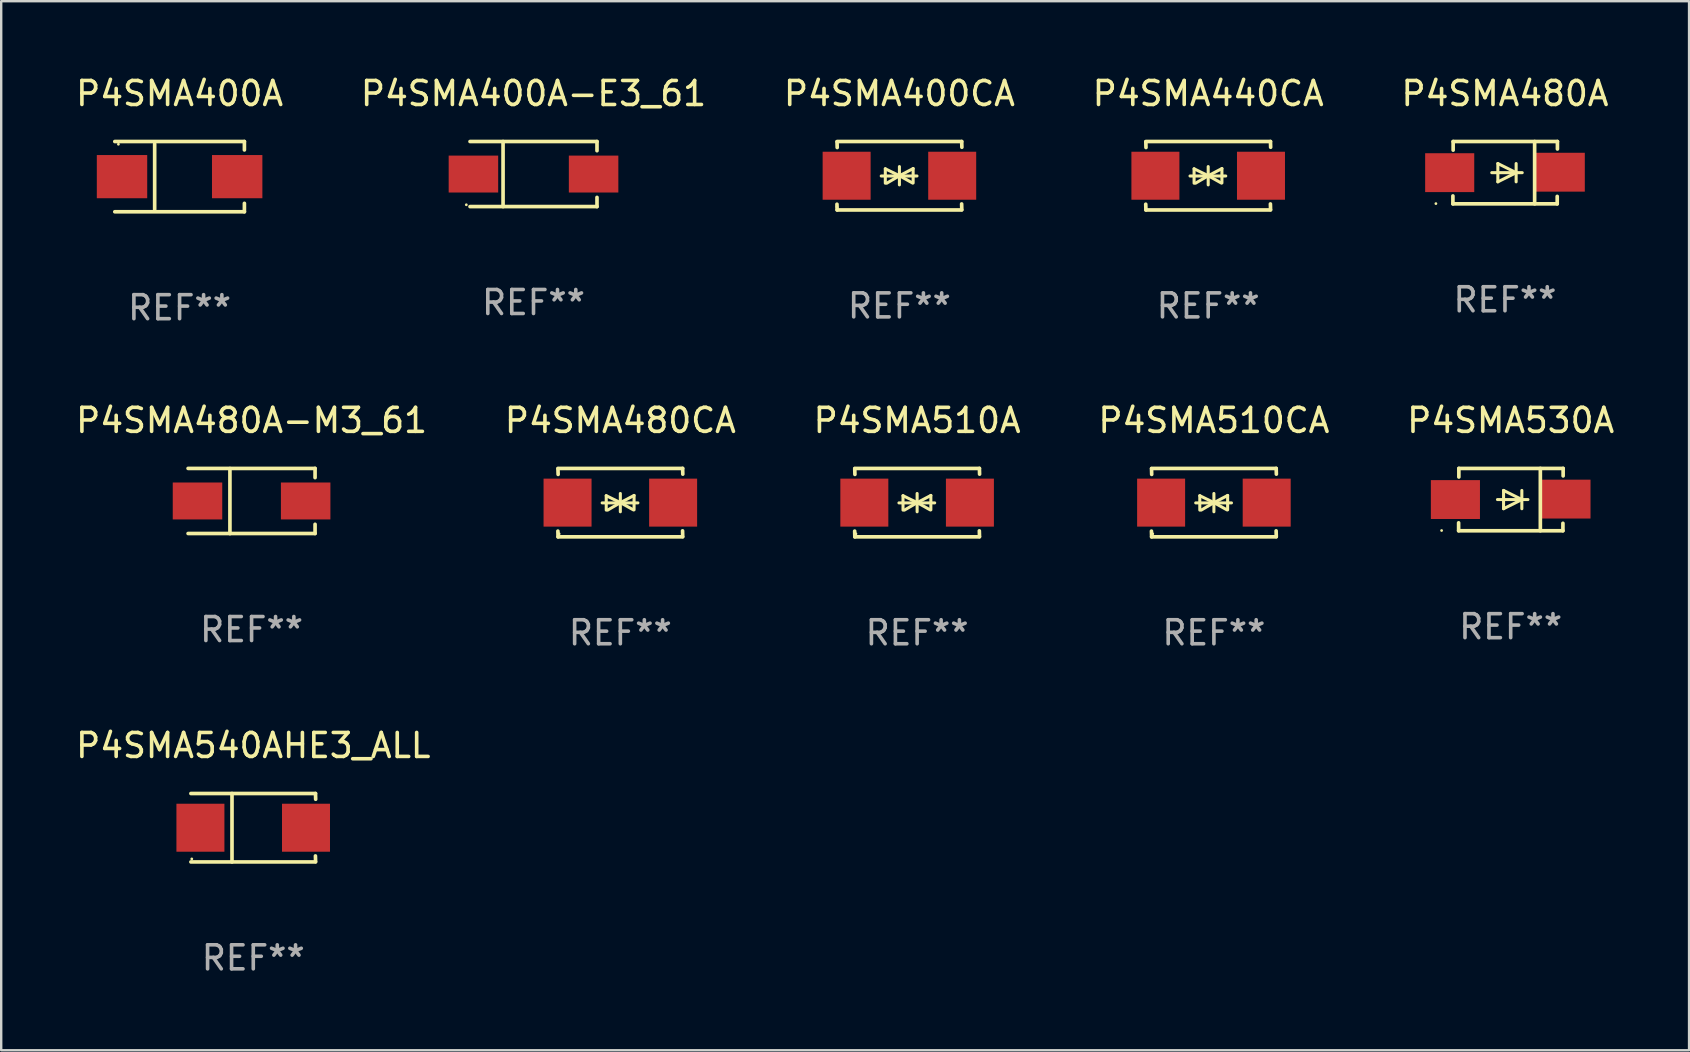
<source format=kicad_pcb>
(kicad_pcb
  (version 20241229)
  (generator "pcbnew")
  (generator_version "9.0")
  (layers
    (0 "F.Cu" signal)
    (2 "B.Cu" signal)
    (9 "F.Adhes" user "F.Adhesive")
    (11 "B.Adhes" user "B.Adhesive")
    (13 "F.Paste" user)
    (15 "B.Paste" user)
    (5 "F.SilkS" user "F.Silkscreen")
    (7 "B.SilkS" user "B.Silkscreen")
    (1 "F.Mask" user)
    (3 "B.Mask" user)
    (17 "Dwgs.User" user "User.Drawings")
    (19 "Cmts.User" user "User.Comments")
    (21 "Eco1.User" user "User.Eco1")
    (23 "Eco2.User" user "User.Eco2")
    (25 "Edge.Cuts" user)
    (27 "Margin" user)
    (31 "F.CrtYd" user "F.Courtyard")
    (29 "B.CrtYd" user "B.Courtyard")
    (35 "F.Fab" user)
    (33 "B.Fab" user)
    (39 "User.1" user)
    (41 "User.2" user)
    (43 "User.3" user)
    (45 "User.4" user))
  (footprint "P4SMA400A"
    (layer "F.Cu")
    (at 4.435 4.312)
    (property "Reference" "P4SMA400A" (at 0 -3.464 0) (layer "F.SilkS") (effects (font (size 1 1) (thickness 0.15))))
    (attr through_hole)
    (fp_line (start -2.701 -1.464) (end 2.701 -1.464) (stroke (width 0.152) (type solid)) (layer "F.SilkS"))
    (fp_line (start -2.701 1.464) (end 2.701 1.464) (stroke (width 0.152) (type solid)) (layer "F.SilkS"))
    (fp_line (start -1.039 -1.364) (end -1.039 1.364) (stroke (width 0.152) (type solid)) (layer "F.SilkS"))
    (fp_line (start 2.701 -1.464) (end 2.701 -1.113) (stroke (width 0.152) (type solid)) (layer "F.SilkS"))
    (fp_line (start 2.701 1.464) (end 2.701 1.113) (stroke (width 0.152) (type solid)) (layer "F.SilkS"))
    (fp_circle (center -2.55 -1.35) (end -2.52 -1.35) (stroke (width 0.06) (type solid)) (fill no) (layer "F.SilkS"))
    (fp_text user "REF**" (at 0 5.464 0) (layer "F.Fab") (effects (font (size 1 1) (thickness 0.15))))
    (pad "1" smd rect (at -2.4 0) (size 2.1 1.8) (layers "F.Cu" "F.Mask" "F.Paste"))
    (pad "2" smd rect (at 2.4 0) (size 2.1 1.8) (layers "F.Cu" "F.Mask" "F.Paste")))
  (footprint "P4SMA400A-E3_61"
    (layer "F.Cu")
    (at 19.185 4.204)
    (property "Reference" "P4SMA400A-E3_61" (at 0 -3.356 0) (layer "F.SilkS") (effects (font (size 1 1) (thickness 0.15))))
    (attr through_hole)
    (fp_line (start -2.646 -1.356) (end 2.646 -1.356) (stroke (width 0.152) (type solid)) (layer "F.SilkS"))
    (fp_line (start -2.646 1.356) (end 2.646 1.356) (stroke (width 0.152) (type solid)) (layer "F.SilkS"))
    (fp_line (start -1.269 -1.356) (end -1.269 1.356) (stroke (width 0.152) (type solid)) (layer "F.SilkS"))
    (fp_line (start 2.646 -1.356) (end 2.646 -0.973) (stroke (width 0.152) (type solid)) (layer "F.SilkS"))
    (fp_line (start 2.646 1.356) (end 2.646 0.973) (stroke (width 0.152) (type solid)) (layer "F.SilkS"))
    (fp_circle (center -2.8 1.28) (end -2.77 1.28) (stroke (width 0.06) (type solid)) (fill no) (layer "F.SilkS"))
    (fp_text user "REF**" (at 0 5.356 0) (layer "F.Fab") (effects (font (size 1 1) (thickness 0.15))))
    (pad "1" smd rect (at 2.504 0) (size 2.063 1.539) (layers "F.Cu" "F.Mask" "F.Paste"))
    (pad "2" smd rect (at -2.504 0) (size 2.063 1.539) (layers "F.Cu" "F.Mask" "F.Paste")))
  (footprint "P4SMA400CA"
    (layer "F.Cu")
    (at 34.435 4.274)
    (property "Reference" "P4SMA400CA" (at 0 -3.426 0) (layer "F.SilkS") (effects (font (size 1 1) (thickness 0.15))))
    (attr through_hole)
    (fp_line (start -2.596 -1.426) (end 2.596 -1.426) (stroke (width 0.152) (type solid)) (layer "F.SilkS"))
    (fp_line (start -2.596 1.426) (end -2.603 1.187) (stroke (width 0.152) (type solid)) (layer "F.SilkS"))
    (fp_line (start -2.596 1.426) (end 2.596 1.426) (stroke (width 0.152) (type solid)) (layer "F.SilkS"))
    (fp_line (start -2.593 -1.176) (end -2.6 -1.415) (stroke (width 0.152) (type solid)) (layer "F.SilkS"))
    (fp_line (start -0.758 0.011) (end 0.732 0.011) (stroke (width 0.127) (type solid)) (layer "F.SilkS"))
    (fp_line (start -0.588 -0.289) (end -0.588 0.311) (stroke (width 0.127) (type solid)) (layer "F.SilkS"))
    (fp_line (start -0.588 -0.289) (end 0 0) (stroke (width 0.127) (type solid)) (layer "F.SilkS"))
    (fp_line (start -0.528 0.311) (end 0 0) (stroke (width 0.127) (type solid)) (layer "F.SilkS"))
    (fp_line (start 0 0) (end 0 -0.381) (stroke (width 0.127) (type solid)) (layer "F.SilkS"))
    (fp_line (start 0 0) (end 0 0.381) (stroke (width 0.127) (type solid)) (layer "F.SilkS"))
    (fp_line (start 0.542 0.301) (end 0 0) (stroke (width 0.127) (type solid)) (layer "F.SilkS"))
    (fp_line (start 0.572 -0.299) (end 0 0) (stroke (width 0.127) (type solid)) (layer "F.SilkS"))
    (fp_line (start 0.572 -0.299) (end 0.572 0.301) (stroke (width 0.127) (type solid)) (layer "F.SilkS"))
    (fp_line (start 2.593 1.176) (end 2.6 1.415) (stroke (width 0.152) (type solid)) (layer "F.SilkS"))
    (fp_line (start 2.596 -1.426) (end 2.603 -1.187) (stroke (width 0.152) (type solid)) (layer "F.SilkS"))
    (fp_circle (center -2.605 1.3) (end -2.575 1.3) (stroke (width 0.06) (type solid)) (fill no) (layer "F.SilkS"))
    (fp_text user "REF**" (at 0 5.426 0) (layer "F.Fab") (effects (font (size 1 1) (thickness 0.15))))
    (pad "1" smd rect (at -2.2 0 180) (size 2 2) (layers "F.Cu" "F.Mask" "F.Paste"))
    (pad "2" smd rect (at 2.2 0 180) (size 2 2) (layers "F.Cu" "F.Mask" "F.Paste")))
  (footprint "P4SMA540AHE3_ALL"
    (layer "F.Cu")
    (at 7.506 31.447)
    (property "Reference" "P4SMA540AHE3_ALL" (at 0 -3.426 0) (layer "F.SilkS") (effects (font (size 1 1) (thickness 0.15))))
    (attr through_hole)
    (fp_line (start -2.6 -1.426) (end 2.593 -1.426) (stroke (width 0.152) (type solid)) (layer "F.SilkS"))
    (fp_line (start -2.6 1.426) (end 2.593 1.426) (stroke (width 0.152) (type solid)) (layer "F.SilkS"))
    (fp_line (start -0.887 -1.426) (end -0.887 1.426) (stroke (width 0.152) (type solid)) (layer "F.SilkS"))
    (fp_line (start 2.59 1.176) (end 2.597 1.415) (stroke (width 0.152) (type solid)) (layer "F.SilkS"))
    (fp_line (start 2.593 -1.426) (end 2.6 -1.187) (stroke (width 0.152) (type solid)) (layer "F.SilkS"))
    (fp_circle (center -2.563 1.3) (end -2.533 1.3) (stroke (width 0.06) (type solid)) (fill no) (layer "F.SilkS"))
    (fp_text user "REF**" (at 0 5.426 0) (layer "F.Fab") (effects (font (size 1 1) (thickness 0.15))))
    (pad "1" smd rect (at -2.203 -0.000025 180) (size 2 2) (layers "F.Cu" "F.Mask" "F.Paste"))
    (pad "2" smd rect (at 2.197 -0.000025 180) (size 2 2) (layers "F.Cu" "F.Mask" "F.Paste")))
  (footprint "P4SMA480CA"
    (layer "F.Cu")
    (at 22.804 17.898)
    (property "Reference" "P4SMA480CA" (at 0 -3.426 0) (layer "F.SilkS") (effects (font (size 1 1) (thickness 0.15))))
    (attr through_hole)
    (fp_line (start -2.596 -1.426) (end 2.596 -1.426) (stroke (width 0.152) (type solid)) (layer "F.SilkS"))
    (fp_line (start -2.596 1.426) (end -2.603 1.187) (stroke (width 0.152) (type solid)) (layer "F.SilkS"))
    (fp_line (start -2.596 1.426) (end 2.596 1.426) (stroke (width 0.152) (type solid)) (layer "F.SilkS"))
    (fp_line (start -2.593 -1.176) (end -2.6 -1.415) (stroke (width 0.152) (type solid)) (layer "F.SilkS"))
    (fp_line (start -0.758 0.011) (end 0.732 0.011) (stroke (width 0.127) (type solid)) (layer "F.SilkS"))
    (fp_line (start -0.588 -0.289) (end -0.588 0.311) (stroke (width 0.127) (type solid)) (layer "F.SilkS"))
    (fp_line (start -0.588 -0.289) (end 0 0) (stroke (width 0.127) (type solid)) (layer "F.SilkS"))
    (fp_line (start -0.528 0.311) (end 0 0) (stroke (width 0.127) (type solid)) (layer "F.SilkS"))
    (fp_line (start 0 0) (end 0 -0.381) (stroke (width 0.127) (type solid)) (layer "F.SilkS"))
    (fp_line (start 0 0) (end 0 0.381) (stroke (width 0.127) (type solid)) (layer "F.SilkS"))
    (fp_line (start 0.542 0.301) (end 0 0) (stroke (width 0.127) (type solid)) (layer "F.SilkS"))
    (fp_line (start 0.572 -0.299) (end 0 0) (stroke (width 0.127) (type solid)) (layer "F.SilkS"))
    (fp_line (start 0.572 -0.299) (end 0.572 0.301) (stroke (width 0.127) (type solid)) (layer "F.SilkS"))
    (fp_line (start 2.593 1.176) (end 2.6 1.415) (stroke (width 0.152) (type solid)) (layer "F.SilkS"))
    (fp_line (start 2.596 -1.426) (end 2.603 -1.187) (stroke (width 0.152) (type solid)) (layer "F.SilkS"))
    (fp_circle (center -2.55 1.3) (end -2.52 1.3) (stroke (width 0.06) (type solid)) (fill no) (layer "F.SilkS"))
    (fp_text user "REF**" (at 0 5.426 0) (layer "F.Fab") (effects (font (size 1 1) (thickness 0.15))))
    (pad "1" smd rect (at -2.2 0 180) (size 2 2) (layers "F.Cu" "F.Mask" "F.Paste"))
    (pad "2" smd rect (at 2.2 0 180) (size 2 2) (layers "F.Cu" "F.Mask" "F.Paste")))
  (footprint "P4SMA510CA"
    (layer "F.Cu")
    (at 47.542 17.898)
    (property "Reference" "P4SMA510CA" (at 0 -3.426 0) (layer "F.SilkS") (effects (font (size 1 1) (thickness 0.15))))
    (attr through_hole)
    (fp_line (start -2.596 -1.426) (end 2.596 -1.426) (stroke (width 0.152) (type solid)) (layer "F.SilkS"))
    (fp_line (start -2.596 1.426) (end -2.603 1.187) (stroke (width 0.152) (type solid)) (layer "F.SilkS"))
    (fp_line (start -2.596 1.426) (end 2.596 1.426) (stroke (width 0.152) (type solid)) (layer "F.SilkS"))
    (fp_line (start -2.593 -1.176) (end -2.6 -1.415) (stroke (width 0.152) (type solid)) (layer "F.SilkS"))
    (fp_line (start -0.758 0.011) (end 0.732 0.011) (stroke (width 0.127) (type solid)) (layer "F.SilkS"))
    (fp_line (start -0.588 -0.289) (end -0.588 0.311) (stroke (width 0.127) (type solid)) (layer "F.SilkS"))
    (fp_line (start -0.588 -0.289) (end 0 0) (stroke (width 0.127) (type solid)) (layer "F.SilkS"))
    (fp_line (start -0.528 0.311) (end 0 0) (stroke (width 0.127) (type solid)) (layer "F.SilkS"))
    (fp_line (start 0 0) (end 0 -0.381) (stroke (width 0.127) (type solid)) (layer "F.SilkS"))
    (fp_line (start 0 0) (end 0 0.381) (stroke (width 0.127) (type solid)) (layer "F.SilkS"))
    (fp_line (start 0.542 0.301) (end 0 0) (stroke (width 0.127) (type solid)) (layer "F.SilkS"))
    (fp_line (start 0.572 -0.299) (end 0 0) (stroke (width 0.127) (type solid)) (layer "F.SilkS"))
    (fp_line (start 0.572 -0.299) (end 0.572 0.301) (stroke (width 0.127) (type solid)) (layer "F.SilkS"))
    (fp_line (start 2.593 1.176) (end 2.6 1.415) (stroke (width 0.152) (type solid)) (layer "F.SilkS"))
    (fp_line (start 2.596 -1.426) (end 2.603 -1.187) (stroke (width 0.152) (type solid)) (layer "F.SilkS"))
    (fp_circle (center -2.55 1.3) (end -2.52 1.3) (stroke (width 0.06) (type solid)) (fill no) (layer "F.SilkS"))
    (fp_text user "REF**" (at 0 5.426 0) (layer "F.Fab") (effects (font (size 1 1) (thickness 0.15))))
    (pad "1" smd rect (at -2.2 0 180) (size 2 2) (layers "F.Cu" "F.Mask" "F.Paste"))
    (pad "2" smd rect (at 2.2 0 180) (size 2 2) (layers "F.Cu" "F.Mask" "F.Paste")))
  (footprint "P4SMA530A"
    (layer "F.Cu")
    (at 59.911 17.771)
    (property "Reference" "P4SMA530A" (at 0 -3.299 0) (layer "F.SilkS") (effects (font (size 1 1) (thickness 0.15))))
    (attr through_hole)
    (fp_line (start -2.17 0.969) (end -2.17 1.299) (stroke (width 0.152) (type solid)) (layer "F.SilkS"))
    (fp_line (start -2.17 1.299) (end 2.177 1.299) (stroke (width 0.152) (type solid)) (layer "F.SilkS"))
    (fp_line (start -2.16 -1.299) (end 2.186 -1.299) (stroke (width 0.152) (type solid)) (layer "F.SilkS"))
    (fp_line (start -2.16 -0.94) (end -2.16 -1.299) (stroke (width 0.152) (type solid)) (layer "F.SilkS"))
    (fp_line (start -0.551 -0.000483) (end 0.719 -0.000483) (stroke (width 0.127) (type solid)) (layer "F.SilkS"))
    (fp_line (start -0.297 -0.381) (end 0.465 -0.000483) (stroke (width 0.127) (type solid)) (layer "F.SilkS"))
    (fp_line (start -0.297 -0.000483) (end -0.297 -0.381) (stroke (width 0.127) (type solid)) (layer "F.SilkS"))
    (fp_line (start -0.297 -0.000483) (end -0.297 0.381) (stroke (width 0.127) (type solid)) (layer "F.SilkS"))
    (fp_line (start -0.297 0.381) (end 0.465 -0.000483) (stroke (width 0.127) (type solid)) (layer "F.SilkS"))
    (fp_line (start 0.465 -0.000483) (end 0.465 -0.381) (stroke (width 0.127) (type solid)) (layer "F.SilkS"))
    (fp_line (start 0.465 -0.000483) (end 0.465 0.381) (stroke (width 0.127) (type solid)) (layer "F.SilkS"))
    (fp_line (start 1.236 -1.299) (end 1.236 1.299) (stroke (width 0.152) (type solid)) (layer "F.SilkS"))
    (fp_line (start 2.177 1.299) (end 2.177 0.988) (stroke (width 0.152) (type solid)) (layer "F.SilkS"))
    (fp_line (start 2.186 -1.299) (end 2.186 -0.987) (stroke (width 0.152) (type solid)) (layer "F.SilkS"))
    (fp_circle (center -2.879 1.289) (end -2.849 1.289) (stroke (width 0.06) (type solid)) (fill no) (layer "F.SilkS"))
    (fp_text user "REF**" (at 0 5.299 0) (layer "F.Fab") (effects (font (size 1 1) (thickness 0.15))))
    (pad "1" smd rect (at -2.304 -0.001) (size 2.046 1.62) (layers "F.Cu" "F.Mask" "F.Paste"))
    (pad "2" smd rect (at 2.304 -0.02 180) (size 2.046 1.62) (layers "F.Cu" "F.Mask" "F.Paste")))
  (footprint "P4SMA440CA"
    (layer "F.Cu")
    (at 47.304 4.274)
    (property "Reference" "P4SMA440CA" (at 0 -3.426 0) (layer "F.SilkS") (effects (font (size 1 1) (thickness 0.15))))
    (attr through_hole)
    (fp_line (start -2.596 -1.426) (end 2.596 -1.426) (stroke (width 0.152) (type solid)) (layer "F.SilkS"))
    (fp_line (start -2.596 1.426) (end -2.603 1.187) (stroke (width 0.152) (type solid)) (layer "F.SilkS"))
    (fp_line (start -2.596 1.426) (end 2.596 1.426) (stroke (width 0.152) (type solid)) (layer "F.SilkS"))
    (fp_line (start -2.593 -1.176) (end -2.6 -1.415) (stroke (width 0.152) (type solid)) (layer "F.SilkS"))
    (fp_line (start -0.758 0.011) (end 0.732 0.011) (stroke (width 0.127) (type solid)) (layer "F.SilkS"))
    (fp_line (start -0.588 -0.289) (end -0.588 0.311) (stroke (width 0.127) (type solid)) (layer "F.SilkS"))
    (fp_line (start -0.588 -0.289) (end 0 0) (stroke (width 0.127) (type solid)) (layer "F.SilkS"))
    (fp_line (start -0.528 0.311) (end 0 0) (stroke (width 0.127) (type solid)) (layer "F.SilkS"))
    (fp_line (start 0 0) (end 0 -0.381) (stroke (width 0.127) (type solid)) (layer "F.SilkS"))
    (fp_line (start 0 0) (end 0 0.381) (stroke (width 0.127) (type solid)) (layer "F.SilkS"))
    (fp_line (start 0.542 0.301) (end 0 0) (stroke (width 0.127) (type solid)) (layer "F.SilkS"))
    (fp_line (start 0.572 -0.299) (end 0 0) (stroke (width 0.127) (type solid)) (layer "F.SilkS"))
    (fp_line (start 0.572 -0.299) (end 0.572 0.301) (stroke (width 0.127) (type solid)) (layer "F.SilkS"))
    (fp_line (start 2.593 1.176) (end 2.6 1.415) (stroke (width 0.152) (type solid)) (layer "F.SilkS"))
    (fp_line (start 2.596 -1.426) (end 2.603 -1.187) (stroke (width 0.152) (type solid)) (layer "F.SilkS"))
    (fp_circle (center -2.605 1.3) (end -2.575 1.3) (stroke (width 0.06) (type solid)) (fill no) (layer "F.SilkS"))
    (fp_text user "REF**" (at 0 5.426 0) (layer "F.Fab") (effects (font (size 1 1) (thickness 0.15))))
    (pad "1" smd rect (at -2.2 0 180) (size 2 2) (layers "F.Cu" "F.Mask" "F.Paste"))
    (pad "2" smd rect (at 2.2 0 180) (size 2 2) (layers "F.Cu" "F.Mask" "F.Paste")))
  (footprint "P4SMA480A-M3_61"
    (layer "F.Cu")
    (at 7.435 17.831)
    (property "Reference" "P4SMA480A-M3_61" (at 0 -3.359 0) (layer "F.SilkS") (effects (font (size 1 1) (thickness 0.15))))
    (attr through_hole)
    (fp_line (start -2.646 -1.359) (end 2.646 -1.359) (stroke (width 0.152) (type solid)) (layer "F.SilkS"))
    (fp_line (start -2.646 1.354) (end 2.646 1.354) (stroke (width 0.152) (type solid)) (layer "F.SilkS"))
    (fp_line (start -0.902 -1.354) (end -0.902 1.359) (stroke (width 0.152) (type solid)) (layer "F.SilkS"))
    (fp_line (start 2.646 -1.359) (end 2.646 -0.975) (stroke (width 0.152) (type solid)) (layer "F.SilkS"))
    (fp_line (start 2.646 1.354) (end 2.646 0.97) (stroke (width 0.152) (type solid)) (layer "F.SilkS"))
    (fp_circle (center 2.55 -1.352) (end 2.58 -1.352) (stroke (width 0.06) (type solid)) (fill no) (layer "F.SilkS"))
    (fp_text user "REF**" (at 0 5.359 0) (layer "F.Fab") (effects (font (size 1 1) (thickness 0.15))))
    (pad "1" smd rect (at 2.254 -0.002) (size 2.063 1.539) (layers "F.Cu" "F.Mask" "F.Paste"))
    (pad "2" smd rect (at -2.254 -0.002) (size 2.063 1.539) (layers "F.Cu" "F.Mask" "F.Paste")))
  (footprint "P4SMA480A"
    (layer "F.Cu")
    (at 59.673 4.147)
    (property "Reference" "P4SMA480A" (at 0 -3.299 0) (layer "F.SilkS") (effects (font (size 1 1) (thickness 0.15))))
    (attr through_hole)
    (fp_line (start -2.17 0.969) (end -2.17 1.299) (stroke (width 0.152) (type solid)) (layer "F.SilkS"))
    (fp_line (start -2.17 1.299) (end 2.177 1.299) (stroke (width 0.152) (type solid)) (layer "F.SilkS"))
    (fp_line (start -2.16 -1.299) (end 2.186 -1.299) (stroke (width 0.152) (type solid)) (layer "F.SilkS"))
    (fp_line (start -2.16 -0.94) (end -2.16 -1.299) (stroke (width 0.152) (type solid)) (layer "F.SilkS"))
    (fp_line (start -0.551 -0.000483) (end 0.719 -0.000483) (stroke (width 0.127) (type solid)) (layer "F.SilkS"))
    (fp_line (start -0.297 -0.381) (end 0.465 -0.000483) (stroke (width 0.127) (type solid)) (layer "F.SilkS"))
    (fp_line (start -0.297 -0.000483) (end -0.297 -0.381) (stroke (width 0.127) (type solid)) (layer "F.SilkS"))
    (fp_line (start -0.297 -0.000483) (end -0.297 0.381) (stroke (width 0.127) (type solid)) (layer "F.SilkS"))
    (fp_line (start -0.297 0.381) (end 0.465 -0.000483) (stroke (width 0.127) (type solid)) (layer "F.SilkS"))
    (fp_line (start 0.465 -0.000483) (end 0.465 -0.381) (stroke (width 0.127) (type solid)) (layer "F.SilkS"))
    (fp_line (start 0.465 -0.000483) (end 0.465 0.381) (stroke (width 0.127) (type solid)) (layer "F.SilkS"))
    (fp_line (start 1.236 -1.299) (end 1.236 1.299) (stroke (width 0.152) (type solid)) (layer "F.SilkS"))
    (fp_line (start 2.177 1.299) (end 2.177 0.988) (stroke (width 0.152) (type solid)) (layer "F.SilkS"))
    (fp_line (start 2.186 -1.299) (end 2.186 -0.987) (stroke (width 0.152) (type solid)) (layer "F.SilkS"))
    (fp_circle (center -2.879 1.289) (end -2.849 1.289) (stroke (width 0.06) (type solid)) (fill no) (layer "F.SilkS"))
    (fp_text user "REF**" (at 0 5.299 0) (layer "F.Fab") (effects (font (size 1 1) (thickness 0.15))))
    (pad "1" smd rect (at -2.304 -0.001) (size 2.046 1.62) (layers "F.Cu" "F.Mask" "F.Paste"))
    (pad "2" smd rect (at 2.304 -0.02 180) (size 2.046 1.62) (layers "F.Cu" "F.Mask" "F.Paste")))
  (footprint "P4SMA510A"
    (layer "F.Cu")
    (at 35.173 17.898)
    (property "Reference" "P4SMA510A" (at 0 -3.426 0) (layer "F.SilkS") (effects (font (size 1 1) (thickness 0.15))))
    (attr through_hole)
    (fp_line (start -2.596 -1.426) (end 2.596 -1.426) (stroke (width 0.152) (type solid)) (layer "F.SilkS"))
    (fp_line (start -2.596 1.426) (end -2.603 1.187) (stroke (width 0.152) (type solid)) (layer "F.SilkS"))
    (fp_line (start -2.596 1.426) (end 2.596 1.426) (stroke (width 0.152) (type solid)) (layer "F.SilkS"))
    (fp_line (start -2.593 -1.176) (end -2.6 -1.415) (stroke (width 0.152) (type solid)) (layer "F.SilkS"))
    (fp_line (start -0.758 0.011) (end 0.732 0.011) (stroke (width 0.127) (type solid)) (layer "F.SilkS"))
    (fp_line (start -0.588 -0.289) (end -0.588 0.311) (stroke (width 0.127) (type solid)) (layer "F.SilkS"))
    (fp_line (start -0.588 -0.289) (end 0 0) (stroke (width 0.127) (type solid)) (layer "F.SilkS"))
    (fp_line (start -0.528 0.311) (end 0 0) (stroke (width 0.127) (type solid)) (layer "F.SilkS"))
    (fp_line (start 0 0) (end 0 -0.381) (stroke (width 0.127) (type solid)) (layer "F.SilkS"))
    (fp_line (start 0 0) (end 0 0.381) (stroke (width 0.127) (type solid)) (layer "F.SilkS"))
    (fp_line (start 0.542 0.301) (end 0 0) (stroke (width 0.127) (type solid)) (layer "F.SilkS"))
    (fp_line (start 0.572 -0.299) (end 0 0) (stroke (width 0.127) (type solid)) (layer "F.SilkS"))
    (fp_line (start 0.572 -0.299) (end 0.572 0.301) (stroke (width 0.127) (type solid)) (layer "F.SilkS"))
    (fp_line (start 2.593 1.176) (end 2.6 1.415) (stroke (width 0.152) (type solid)) (layer "F.SilkS"))
    (fp_line (start 2.596 -1.426) (end 2.603 -1.187) (stroke (width 0.152) (type solid)) (layer "F.SilkS"))
    (fp_circle (center -2.55 1.3) (end -2.52 1.3) (stroke (width 0.06) (type solid)) (fill no) (layer "F.SilkS"))
    (fp_text user "REF**" (at 0 5.426 0) (layer "F.Fab") (effects (font (size 1 1) (thickness 0.15))))
    (pad "1" smd rect (at -2.2 0 180) (size 2 2) (layers "F.Cu" "F.Mask" "F.Paste"))
    (pad "2" smd rect (at 2.2 0 180) (size 2 2) (layers "F.Cu" "F.Mask" "F.Paste")))
  (gr_rect
    (start -3 -3)
    (end 67.345 40.722)
    (stroke (width 0.1) (type default))
    (fill no)
    (layer "Edge.Cuts")))
</source>
